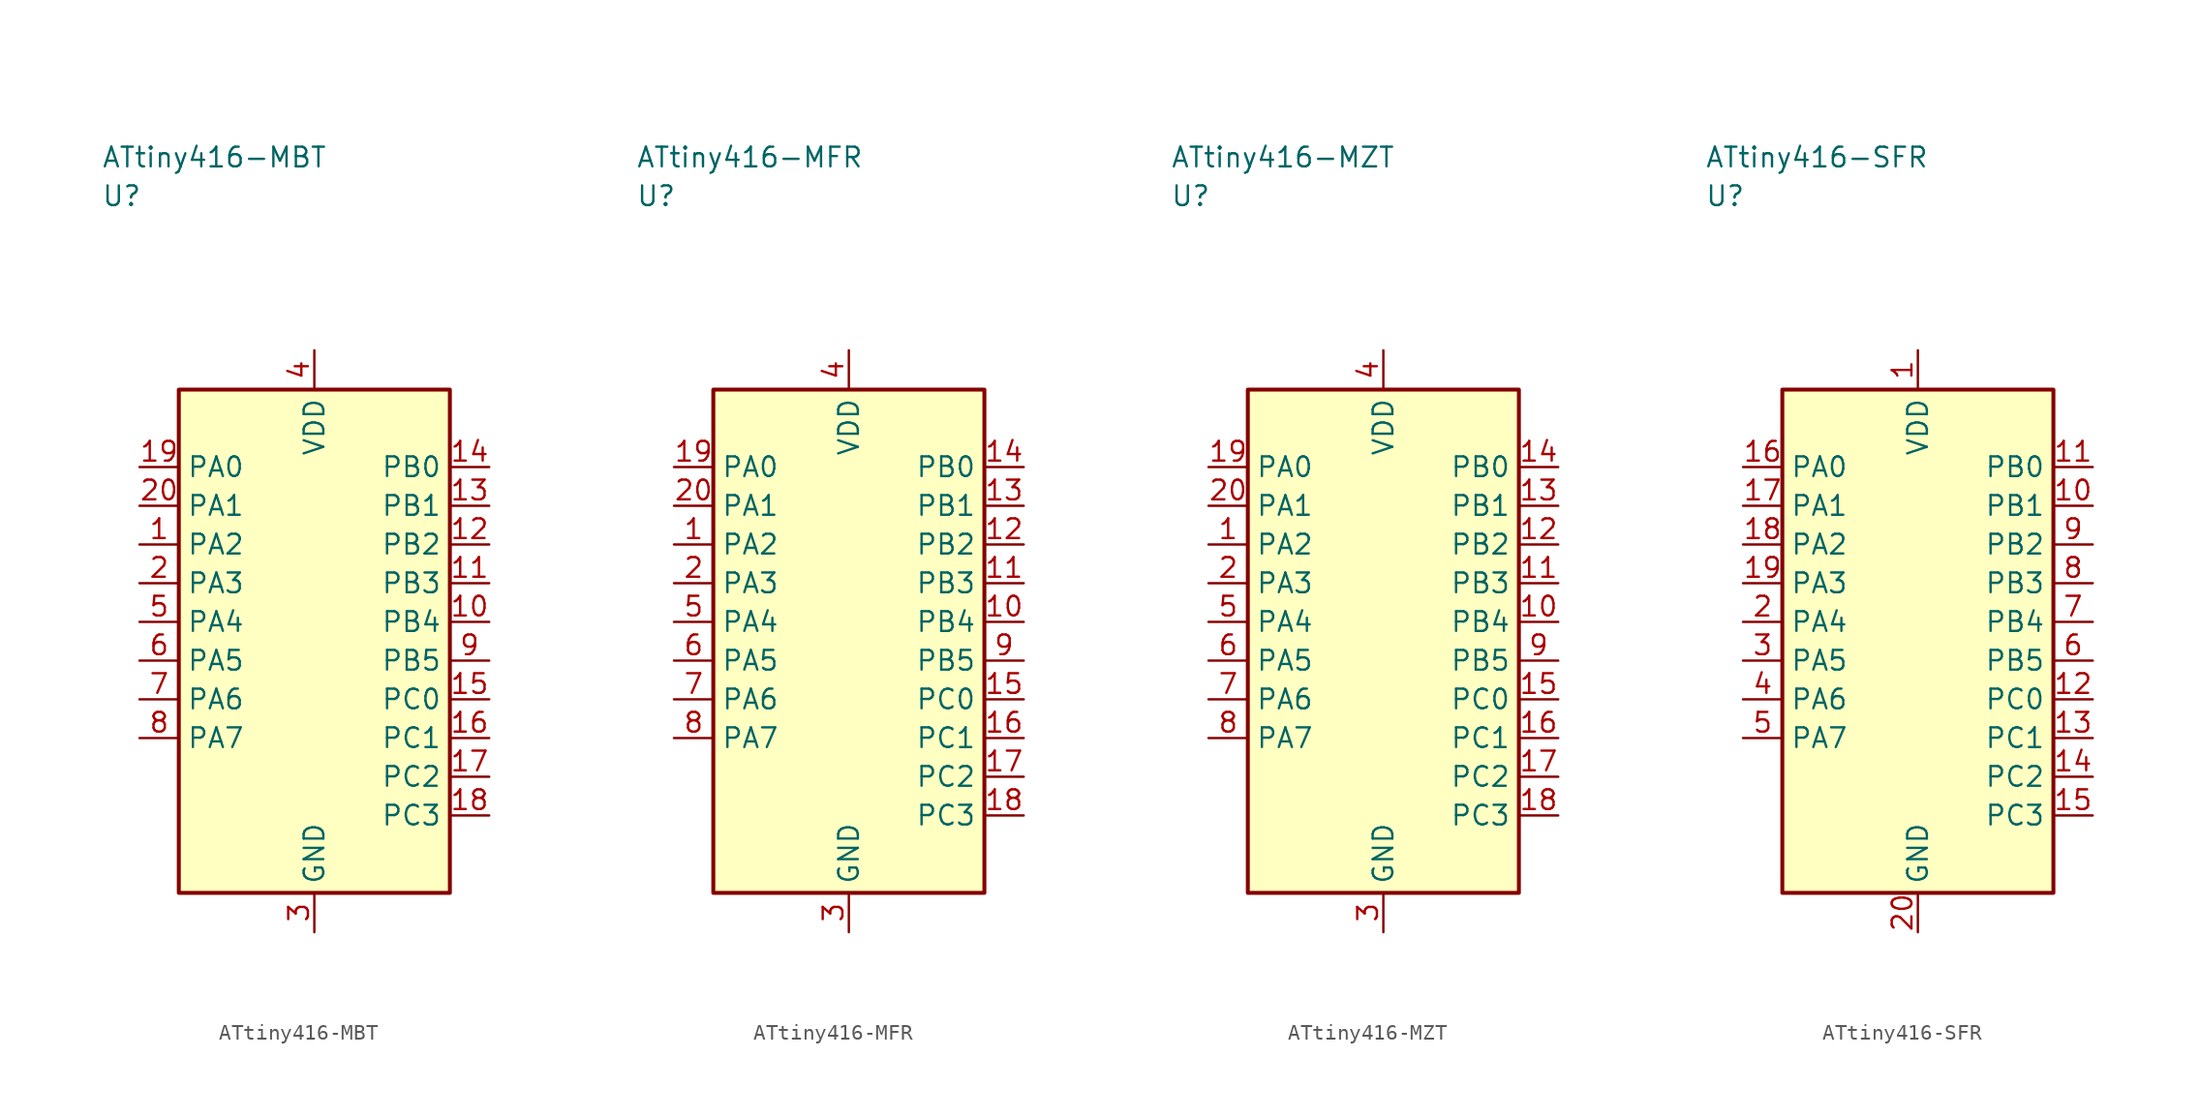
<source format=kicad_sym>
(kicad_symbol_lib
  (version 20241025)
  (generator "kicad_symbol_editor")
  (generator_version "8.0")
  (symbol "ATtiny416-MBT"
    (property "Reference" "U"
      (at -13.75 28.75 0)
      (effects (font (size 1.27 1.27)) (justify left)))
    (property "Value" "ATtiny416-MBT"
      (at -13.75 31.25 0)
      (effects (font (size 1.27 1.27)) (justify left)))
    (symbol "ATtiny416-MBT_0_1"
      (rectangle (start -8.75 16.25) (end 8.75 -16.25) (stroke (width 0.254) (type default)) (fill (type background))))
    (symbol "ATtiny416-MBT_1_1"
      (pin bidirectional line (at -11.29 6.25 0.0) (length 2.54) (name "PA2" (effects (font (size 1.27 1.27)))) (number "1" (effects (font (size 1.27 1.27)))))
      (pin bidirectional line (at -11.29 3.75 0.0) (length 2.54) (name "PA3" (effects (font (size 1.27 1.27)))) (number "2" (effects (font (size 1.27 1.27)))))
      (pin passive line (at 0.0 -18.79 90.0) (length 2.54) (name "GND" (effects (font (size 1.27 1.27)))) (number "3" (effects (font (size 1.27 1.27)))))
      (pin power_in line (at 0.0 18.79 270.0) (length 2.54) (name "VDD" (effects (font (size 1.27 1.27)))) (number "4" (effects (font (size 1.27 1.27)))))
      (pin bidirectional line (at -11.29 1.25 0.0) (length 2.54) (name "PA4" (effects (font (size 1.27 1.27)))) (number "5" (effects (font (size 1.27 1.27)))))
      (pin bidirectional line (at -11.29 -1.25 0.0) (length 2.54) (name "PA5" (effects (font (size 1.27 1.27)))) (number "6" (effects (font (size 1.27 1.27)))))
      (pin bidirectional line (at -11.29 -3.75 0.0) (length 2.54) (name "PA6" (effects (font (size 1.27 1.27)))) (number "7" (effects (font (size 1.27 1.27)))))
      (pin bidirectional line (at -11.29 -6.25 0.0) (length 2.54) (name "PA7" (effects (font (size 1.27 1.27)))) (number "8" (effects (font (size 1.27 1.27)))))
      (pin bidirectional line (at 11.29 -1.25 180.0) (length 2.54) (name "PB5" (effects (font (size 1.27 1.27)))) (number "9" (effects (font (size 1.27 1.27)))))
      (pin bidirectional line (at 11.29 1.25 180.0) (length 2.54) (name "PB4" (effects (font (size 1.27 1.27)))) (number "10" (effects (font (size 1.27 1.27)))))
      (pin bidirectional line (at 11.29 3.75 180.0) (length 2.54) (name "PB3" (effects (font (size 1.27 1.27)))) (number "11" (effects (font (size 1.27 1.27)))))
      (pin bidirectional line (at 11.29 6.25 180.0) (length 2.54) (name "PB2" (effects (font (size 1.27 1.27)))) (number "12" (effects (font (size 1.27 1.27)))))
      (pin bidirectional line (at 11.29 8.75 180.0) (length 2.54) (name "PB1" (effects (font (size 1.27 1.27)))) (number "13" (effects (font (size 1.27 1.27)))))
      (pin bidirectional line (at 11.29 11.25 180.0) (length 2.54) (name "PB0" (effects (font (size 1.27 1.27)))) (number "14" (effects (font (size 1.27 1.27)))))
      (pin bidirectional line (at 11.29 -3.75 180.0) (length 2.54) (name "PC0" (effects (font (size 1.27 1.27)))) (number "15" (effects (font (size 1.27 1.27)))))
      (pin bidirectional line (at 11.29 -6.25 180.0) (length 2.54) (name "PC1" (effects (font (size 1.27 1.27)))) (number "16" (effects (font (size 1.27 1.27)))))
      (pin bidirectional line (at 11.29 -8.75 180.0) (length 2.54) (name "PC2" (effects (font (size 1.27 1.27)))) (number "17" (effects (font (size 1.27 1.27)))))
      (pin bidirectional line (at 11.29 -11.25 180.0) (length 2.54) (name "PC3" (effects (font (size 1.27 1.27)))) (number "18" (effects (font (size 1.27 1.27)))))
      (pin bidirectional line (at -11.29 11.25 0.0) (length 2.54) (name "PA0" (effects (font (size 1.27 1.27)))) (number "19" (effects (font (size 1.27 1.27)))))
      (pin bidirectional line (at -11.29 8.75 0.0) (length 2.54) (name "PA1" (effects (font (size 1.27 1.27)))) (number "20" (effects (font (size 1.27 1.27)))))))
  (symbol "ATtiny416-MFR"
    (property "Reference" "U"
      (at -13.75 28.75 0)
      (effects (font (size 1.27 1.27)) (justify left)))
    (property "Value" "ATtiny416-MFR"
      (at -13.75 31.25 0)
      (effects (font (size 1.27 1.27)) (justify left)))
    (symbol "ATtiny416-MFR_0_1"
      (rectangle (start -8.75 16.25) (end 8.75 -16.25) (stroke (width 0.254) (type default)) (fill (type background))))
    (symbol "ATtiny416-MFR_1_1"
      (pin bidirectional line (at -11.29 6.25 0.0) (length 2.54) (name "PA2" (effects (font (size 1.27 1.27)))) (number "1" (effects (font (size 1.27 1.27)))))
      (pin bidirectional line (at -11.29 3.75 0.0) (length 2.54) (name "PA3" (effects (font (size 1.27 1.27)))) (number "2" (effects (font (size 1.27 1.27)))))
      (pin passive line (at 0.0 -18.79 90.0) (length 2.54) (name "GND" (effects (font (size 1.27 1.27)))) (number "3" (effects (font (size 1.27 1.27)))))
      (pin power_in line (at 0.0 18.79 270.0) (length 2.54) (name "VDD" (effects (font (size 1.27 1.27)))) (number "4" (effects (font (size 1.27 1.27)))))
      (pin bidirectional line (at -11.29 1.25 0.0) (length 2.54) (name "PA4" (effects (font (size 1.27 1.27)))) (number "5" (effects (font (size 1.27 1.27)))))
      (pin bidirectional line (at -11.29 -1.25 0.0) (length 2.54) (name "PA5" (effects (font (size 1.27 1.27)))) (number "6" (effects (font (size 1.27 1.27)))))
      (pin bidirectional line (at -11.29 -3.75 0.0) (length 2.54) (name "PA6" (effects (font (size 1.27 1.27)))) (number "7" (effects (font (size 1.27 1.27)))))
      (pin bidirectional line (at -11.29 -6.25 0.0) (length 2.54) (name "PA7" (effects (font (size 1.27 1.27)))) (number "8" (effects (font (size 1.27 1.27)))))
      (pin bidirectional line (at 11.29 -1.25 180.0) (length 2.54) (name "PB5" (effects (font (size 1.27 1.27)))) (number "9" (effects (font (size 1.27 1.27)))))
      (pin bidirectional line (at 11.29 1.25 180.0) (length 2.54) (name "PB4" (effects (font (size 1.27 1.27)))) (number "10" (effects (font (size 1.27 1.27)))))
      (pin bidirectional line (at 11.29 3.75 180.0) (length 2.54) (name "PB3" (effects (font (size 1.27 1.27)))) (number "11" (effects (font (size 1.27 1.27)))))
      (pin bidirectional line (at 11.29 6.25 180.0) (length 2.54) (name "PB2" (effects (font (size 1.27 1.27)))) (number "12" (effects (font (size 1.27 1.27)))))
      (pin bidirectional line (at 11.29 8.75 180.0) (length 2.54) (name "PB1" (effects (font (size 1.27 1.27)))) (number "13" (effects (font (size 1.27 1.27)))))
      (pin bidirectional line (at 11.29 11.25 180.0) (length 2.54) (name "PB0" (effects (font (size 1.27 1.27)))) (number "14" (effects (font (size 1.27 1.27)))))
      (pin bidirectional line (at 11.29 -3.75 180.0) (length 2.54) (name "PC0" (effects (font (size 1.27 1.27)))) (number "15" (effects (font (size 1.27 1.27)))))
      (pin bidirectional line (at 11.29 -6.25 180.0) (length 2.54) (name "PC1" (effects (font (size 1.27 1.27)))) (number "16" (effects (font (size 1.27 1.27)))))
      (pin bidirectional line (at 11.29 -8.75 180.0) (length 2.54) (name "PC2" (effects (font (size 1.27 1.27)))) (number "17" (effects (font (size 1.27 1.27)))))
      (pin bidirectional line (at 11.29 -11.25 180.0) (length 2.54) (name "PC3" (effects (font (size 1.27 1.27)))) (number "18" (effects (font (size 1.27 1.27)))))
      (pin bidirectional line (at -11.29 11.25 0.0) (length 2.54) (name "PA0" (effects (font (size 1.27 1.27)))) (number "19" (effects (font (size 1.27 1.27)))))
      (pin bidirectional line (at -11.29 8.75 0.0) (length 2.54) (name "PA1" (effects (font (size 1.27 1.27)))) (number "20" (effects (font (size 1.27 1.27)))))))
  (symbol "ATtiny416-MZT"
    (property "Reference" "U"
      (at -13.75 28.75 0)
      (effects (font (size 1.27 1.27)) (justify left)))
    (property "Value" "ATtiny416-MZT"
      (at -13.75 31.25 0)
      (effects (font (size 1.27 1.27)) (justify left)))
    (symbol "ATtiny416-MZT_0_1"
      (rectangle (start -8.75 16.25) (end 8.75 -16.25) (stroke (width 0.254) (type default)) (fill (type background))))
    (symbol "ATtiny416-MZT_1_1"
      (pin bidirectional line (at -11.29 6.25 0.0) (length 2.54) (name "PA2" (effects (font (size 1.27 1.27)))) (number "1" (effects (font (size 1.27 1.27)))))
      (pin bidirectional line (at -11.29 3.75 0.0) (length 2.54) (name "PA3" (effects (font (size 1.27 1.27)))) (number "2" (effects (font (size 1.27 1.27)))))
      (pin passive line (at 0.0 -18.79 90.0) (length 2.54) (name "GND" (effects (font (size 1.27 1.27)))) (number "3" (effects (font (size 1.27 1.27)))))
      (pin power_in line (at 0.0 18.79 270.0) (length 2.54) (name "VDD" (effects (font (size 1.27 1.27)))) (number "4" (effects (font (size 1.27 1.27)))))
      (pin bidirectional line (at -11.29 1.25 0.0) (length 2.54) (name "PA4" (effects (font (size 1.27 1.27)))) (number "5" (effects (font (size 1.27 1.27)))))
      (pin bidirectional line (at -11.29 -1.25 0.0) (length 2.54) (name "PA5" (effects (font (size 1.27 1.27)))) (number "6" (effects (font (size 1.27 1.27)))))
      (pin bidirectional line (at -11.29 -3.75 0.0) (length 2.54) (name "PA6" (effects (font (size 1.27 1.27)))) (number "7" (effects (font (size 1.27 1.27)))))
      (pin bidirectional line (at -11.29 -6.25 0.0) (length 2.54) (name "PA7" (effects (font (size 1.27 1.27)))) (number "8" (effects (font (size 1.27 1.27)))))
      (pin bidirectional line (at 11.29 -1.25 180.0) (length 2.54) (name "PB5" (effects (font (size 1.27 1.27)))) (number "9" (effects (font (size 1.27 1.27)))))
      (pin bidirectional line (at 11.29 1.25 180.0) (length 2.54) (name "PB4" (effects (font (size 1.27 1.27)))) (number "10" (effects (font (size 1.27 1.27)))))
      (pin bidirectional line (at 11.29 3.75 180.0) (length 2.54) (name "PB3" (effects (font (size 1.27 1.27)))) (number "11" (effects (font (size 1.27 1.27)))))
      (pin bidirectional line (at 11.29 6.25 180.0) (length 2.54) (name "PB2" (effects (font (size 1.27 1.27)))) (number "12" (effects (font (size 1.27 1.27)))))
      (pin bidirectional line (at 11.29 8.75 180.0) (length 2.54) (name "PB1" (effects (font (size 1.27 1.27)))) (number "13" (effects (font (size 1.27 1.27)))))
      (pin bidirectional line (at 11.29 11.25 180.0) (length 2.54) (name "PB0" (effects (font (size 1.27 1.27)))) (number "14" (effects (font (size 1.27 1.27)))))
      (pin bidirectional line (at 11.29 -3.75 180.0) (length 2.54) (name "PC0" (effects (font (size 1.27 1.27)))) (number "15" (effects (font (size 1.27 1.27)))))
      (pin bidirectional line (at 11.29 -6.25 180.0) (length 2.54) (name "PC1" (effects (font (size 1.27 1.27)))) (number "16" (effects (font (size 1.27 1.27)))))
      (pin bidirectional line (at 11.29 -8.75 180.0) (length 2.54) (name "PC2" (effects (font (size 1.27 1.27)))) (number "17" (effects (font (size 1.27 1.27)))))
      (pin bidirectional line (at 11.29 -11.25 180.0) (length 2.54) (name "PC3" (effects (font (size 1.27 1.27)))) (number "18" (effects (font (size 1.27 1.27)))))
      (pin bidirectional line (at -11.29 11.25 0.0) (length 2.54) (name "PA0" (effects (font (size 1.27 1.27)))) (number "19" (effects (font (size 1.27 1.27)))))
      (pin bidirectional line (at -11.29 8.75 0.0) (length 2.54) (name "PA1" (effects (font (size 1.27 1.27)))) (number "20" (effects (font (size 1.27 1.27)))))))
  (symbol "ATtiny416-SFR"
    (property "Reference" "U"
      (at -13.75 28.75 0)
      (effects (font (size 1.27 1.27)) (justify left)))
    (property "Value" "ATtiny416-SFR"
      (at -13.75 31.25 0)
      (effects (font (size 1.27 1.27)) (justify left)))
    (symbol "ATtiny416-SFR_0_1"
      (rectangle (start -8.75 16.25) (end 8.75 -16.25) (stroke (width 0.254) (type default)) (fill (type background))))
    (symbol "ATtiny416-SFR_1_1"
      (pin power_in line (at 0.0 18.79 270.0) (length 2.54) (name "VDD" (effects (font (size 1.27 1.27)))) (number "1" (effects (font (size 1.27 1.27)))))
      (pin bidirectional line (at -11.29 1.25 0.0) (length 2.54) (name "PA4" (effects (font (size 1.27 1.27)))) (number "2" (effects (font (size 1.27 1.27)))))
      (pin bidirectional line (at -11.29 -1.25 0.0) (length 2.54) (name "PA5" (effects (font (size 1.27 1.27)))) (number "3" (effects (font (size 1.27 1.27)))))
      (pin bidirectional line (at -11.29 -3.75 0.0) (length 2.54) (name "PA6" (effects (font (size 1.27 1.27)))) (number "4" (effects (font (size 1.27 1.27)))))
      (pin bidirectional line (at -11.29 -6.25 0.0) (length 2.54) (name "PA7" (effects (font (size 1.27 1.27)))) (number "5" (effects (font (size 1.27 1.27)))))
      (pin bidirectional line (at 11.29 -1.25 180.0) (length 2.54) (name "PB5" (effects (font (size 1.27 1.27)))) (number "6" (effects (font (size 1.27 1.27)))))
      (pin bidirectional line (at 11.29 1.25 180.0) (length 2.54) (name "PB4" (effects (font (size 1.27 1.27)))) (number "7" (effects (font (size 1.27 1.27)))))
      (pin bidirectional line (at 11.29 3.75 180.0) (length 2.54) (name "PB3" (effects (font (size 1.27 1.27)))) (number "8" (effects (font (size 1.27 1.27)))))
      (pin bidirectional line (at 11.29 6.25 180.0) (length 2.54) (name "PB2" (effects (font (size 1.27 1.27)))) (number "9" (effects (font (size 1.27 1.27)))))
      (pin bidirectional line (at 11.29 8.75 180.0) (length 2.54) (name "PB1" (effects (font (size 1.27 1.27)))) (number "10" (effects (font (size 1.27 1.27)))))
      (pin bidirectional line (at 11.29 11.25 180.0) (length 2.54) (name "PB0" (effects (font (size 1.27 1.27)))) (number "11" (effects (font (size 1.27 1.27)))))
      (pin bidirectional line (at 11.29 -3.75 180.0) (length 2.54) (name "PC0" (effects (font (size 1.27 1.27)))) (number "12" (effects (font (size 1.27 1.27)))))
      (pin bidirectional line (at 11.29 -6.25 180.0) (length 2.54) (name "PC1" (effects (font (size 1.27 1.27)))) (number "13" (effects (font (size 1.27 1.27)))))
      (pin bidirectional line (at 11.29 -8.75 180.0) (length 2.54) (name "PC2" (effects (font (size 1.27 1.27)))) (number "14" (effects (font (size 1.27 1.27)))))
      (pin bidirectional line (at 11.29 -11.25 180.0) (length 2.54) (name "PC3" (effects (font (size 1.27 1.27)))) (number "15" (effects (font (size 1.27 1.27)))))
      (pin bidirectional line (at -11.29 11.25 0.0) (length 2.54) (name "PA0" (effects (font (size 1.27 1.27)))) (number "16" (effects (font (size 1.27 1.27)))))
      (pin bidirectional line (at -11.29 8.75 0.0) (length 2.54) (name "PA1" (effects (font (size 1.27 1.27)))) (number "17" (effects (font (size 1.27 1.27)))))
      (pin bidirectional line (at -11.29 6.25 0.0) (length 2.54) (name "PA2" (effects (font (size 1.27 1.27)))) (number "18" (effects (font (size 1.27 1.27)))))
      (pin bidirectional line (at -11.29 3.75 0.0) (length 2.54) (name "PA3" (effects (font (size 1.27 1.27)))) (number "19" (effects (font (size 1.27 1.27)))))
      (pin passive line (at 0.0 -18.79 90.0) (length 2.54) (name "GND" (effects (font (size 1.27 1.27)))) (number "20" (effects (font (size 1.27 1.27))))))))
</source>
